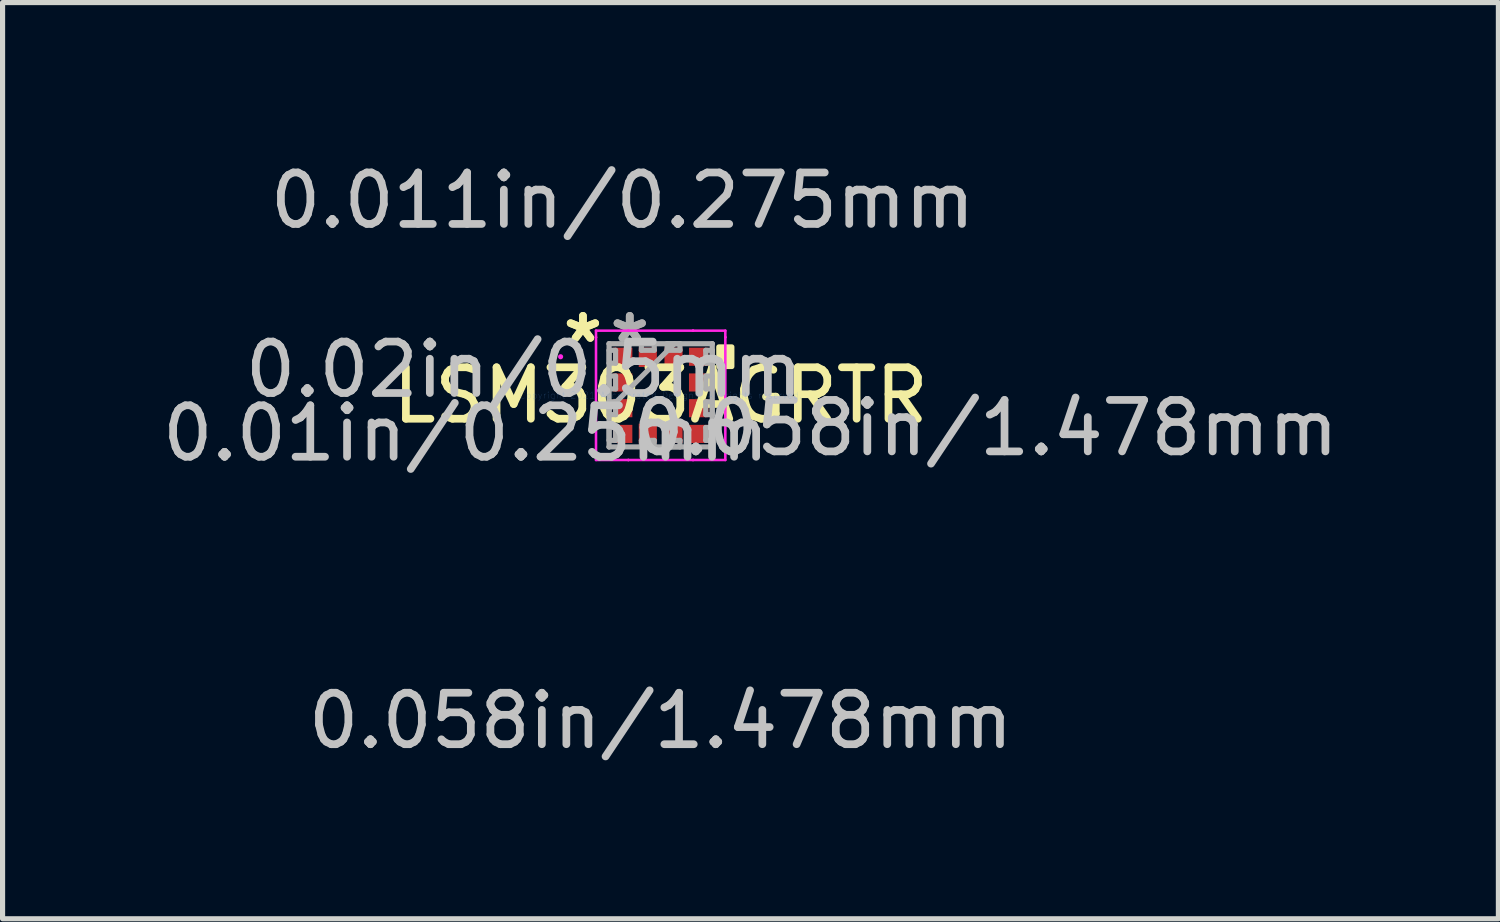
<source format=kicad_pcb>
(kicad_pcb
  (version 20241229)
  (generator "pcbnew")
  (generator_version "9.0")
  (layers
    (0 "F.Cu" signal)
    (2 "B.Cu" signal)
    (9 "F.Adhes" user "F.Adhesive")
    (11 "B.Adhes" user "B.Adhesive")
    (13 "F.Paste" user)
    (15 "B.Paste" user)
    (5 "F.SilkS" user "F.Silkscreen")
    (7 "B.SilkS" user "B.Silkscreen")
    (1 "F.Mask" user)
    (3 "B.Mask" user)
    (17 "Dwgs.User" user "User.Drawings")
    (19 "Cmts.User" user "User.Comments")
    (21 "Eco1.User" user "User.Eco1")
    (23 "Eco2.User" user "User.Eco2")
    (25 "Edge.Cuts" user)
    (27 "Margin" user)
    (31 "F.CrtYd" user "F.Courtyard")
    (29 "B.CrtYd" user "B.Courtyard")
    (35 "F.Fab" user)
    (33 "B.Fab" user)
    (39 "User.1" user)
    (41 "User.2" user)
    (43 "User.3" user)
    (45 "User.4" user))
  (footprint "LSM303AGRTR"
    (layer "F.Cu")
    (at 9.793 4.635)
    (property "Reference" "LSM303AGRTR" (at 0 0 0) (layer "F.SilkS") (effects (font (size 1 1) (thickness 0.15))))
    (attr through_hole)
    (fp_poly (pts (xy 1.384 -0.941) (xy 1.384 -0.56) (xy 1.13 -0.56) (xy 1.13 -0.941)) (stroke (width 0.1) (type solid)) (fill yes) (layer "F.SilkS"))
    (fp_line (start -1.257 -1.257) (end -0.629 -1.257) (stroke (width 0.05) (type solid)) (layer "F.CrtYd"))
    (fp_line (start -1.257 -1.129) (end -1.257 -1.257) (stroke (width 0.05) (type solid)) (layer "F.CrtYd"))
    (fp_line (start -1.257 -1.129) (end -1.257 -1.129) (stroke (width 0.05) (type solid)) (layer "F.CrtYd"))
    (fp_line (start -1.257 1.129) (end -1.257 -1.129) (stroke (width 0.05) (type solid)) (layer "F.CrtYd"))
    (fp_line (start -1.257 1.129) (end -1.257 1.129) (stroke (width 0.05) (type solid)) (layer "F.CrtYd"))
    (fp_line (start -1.257 1.257) (end -1.257 1.129) (stroke (width 0.05) (type solid)) (layer "F.CrtYd"))
    (fp_line (start -0.629 -1.257) (end -0.629 -1.257) (stroke (width 0.05) (type solid)) (layer "F.CrtYd"))
    (fp_line (start -0.629 -1.257) (end 0.629 -1.257) (stroke (width 0.05) (type solid)) (layer "F.CrtYd"))
    (fp_line (start -0.629 1.257) (end -1.257 1.257) (stroke (width 0.05) (type solid)) (layer "F.CrtYd"))
    (fp_line (start -0.629 1.257) (end -0.629 1.257) (stroke (width 0.05) (type solid)) (layer "F.CrtYd"))
    (fp_line (start 0.629 -1.257) (end 0.629 -1.257) (stroke (width 0.05) (type solid)) (layer "F.CrtYd"))
    (fp_line (start 0.629 -1.257) (end 1.257 -1.257) (stroke (width 0.05) (type solid)) (layer "F.CrtYd"))
    (fp_line (start 0.629 1.257) (end -0.629 1.257) (stroke (width 0.05) (type solid)) (layer "F.CrtYd"))
    (fp_line (start 0.629 1.257) (end 0.629 1.257) (stroke (width 0.05) (type solid)) (layer "F.CrtYd"))
    (fp_line (start 1.257 -1.257) (end 1.257 -1.129) (stroke (width 0.05) (type solid)) (layer "F.CrtYd"))
    (fp_line (start 1.257 -1.129) (end 1.257 -1.129) (stroke (width 0.05) (type solid)) (layer "F.CrtYd"))
    (fp_line (start 1.257 -1.129) (end 1.257 1.129) (stroke (width 0.05) (type solid)) (layer "F.CrtYd"))
    (fp_line (start 1.257 1.129) (end 1.257 1.129) (stroke (width 0.05) (type solid)) (layer "F.CrtYd"))
    (fp_line (start 1.257 1.129) (end 1.257 1.257) (stroke (width 0.05) (type solid)) (layer "F.CrtYd"))
    (fp_line (start 1.257 1.257) (end 0.629 1.257) (stroke (width 0.05) (type solid)) (layer "F.CrtYd"))
    (fp_circle (center -1.945 -0.75) (end -1.945 -0.75) (stroke (width 0.05) (type solid)) (fill no) (layer "F.CrtYd"))
    (fp_line (start -1.003 -1.003) (end -1.003 -1.003) (stroke (width 0.1) (type solid)) (layer "F.Fab"))
    (fp_line (start -1.003 -1.003) (end -1.003 1.003) (stroke (width 0.1) (type solid)) (layer "F.Fab"))
    (fp_line (start -1.003 -0.875) (end -0.876 -0.875) (stroke (width 0.1) (type solid)) (layer "F.Fab"))
    (fp_line (start -1.003 -0.625) (end -1.003 -0.875) (stroke (width 0.1) (type solid)) (layer "F.Fab"))
    (fp_line (start -1.003 -0.375) (end -0.876 -0.375) (stroke (width 0.1) (type solid)) (layer "F.Fab"))
    (fp_line (start -1.003 -0.125) (end -1.003 -0.375) (stroke (width 0.1) (type solid)) (layer "F.Fab"))
    (fp_line (start -1.003 0.125) (end -0.876 0.125) (stroke (width 0.1) (type solid)) (layer "F.Fab"))
    (fp_line (start -1.003 0.267) (end 0.267 -1.003) (stroke (width 0.1) (type solid)) (layer "F.Fab"))
    (fp_line (start -1.003 0.375) (end -1.003 0.125) (stroke (width 0.1) (type solid)) (layer "F.Fab"))
    (fp_line (start -1.003 0.625) (end -0.876 0.625) (stroke (width 0.1) (type solid)) (layer "F.Fab"))
    (fp_line (start -1.003 0.875) (end -1.003 0.625) (stroke (width 0.1) (type solid)) (layer "F.Fab"))
    (fp_line (start -1.003 1.003) (end -1.003 1.003) (stroke (width 0.1) (type solid)) (layer "F.Fab"))
    (fp_line (start -1.003 1.003) (end 1.003 1.003) (stroke (width 0.1) (type solid)) (layer "F.Fab"))
    (fp_line (start -0.876 -0.875) (end -0.876 -0.625) (stroke (width 0.1) (type solid)) (layer "F.Fab"))
    (fp_line (start -0.876 -0.625) (end -1.003 -0.625) (stroke (width 0.1) (type solid)) (layer "F.Fab"))
    (fp_line (start -0.876 -0.375) (end -0.876 -0.125) (stroke (width 0.1) (type solid)) (layer "F.Fab"))
    (fp_line (start -0.876 -0.125) (end -1.003 -0.125) (stroke (width 0.1) (type solid)) (layer "F.Fab"))
    (fp_line (start -0.876 0.125) (end -0.876 0.375) (stroke (width 0.1) (type solid)) (layer "F.Fab"))
    (fp_line (start -0.876 0.375) (end -1.003 0.375) (stroke (width 0.1) (type solid)) (layer "F.Fab"))
    (fp_line (start -0.876 0.625) (end -0.876 0.875) (stroke (width 0.1) (type solid)) (layer "F.Fab"))
    (fp_line (start -0.876 0.875) (end -1.003 0.875) (stroke (width 0.1) (type solid)) (layer "F.Fab"))
    (fp_line (start -0.375 -1.003) (end -0.125 -1.003) (stroke (width 0.1) (type solid)) (layer "F.Fab"))
    (fp_line (start -0.375 -0.876) (end -0.375 -1.003) (stroke (width 0.1) (type solid)) (layer "F.Fab"))
    (fp_line (start -0.375 0.876) (end -0.125 0.876) (stroke (width 0.1) (type solid)) (layer "F.Fab"))
    (fp_line (start -0.375 1.003) (end -0.375 0.876) (stroke (width 0.1) (type solid)) (layer "F.Fab"))
    (fp_line (start -0.125 -1.003) (end -0.125 -0.876) (stroke (width 0.1) (type solid)) (layer "F.Fab"))
    (fp_line (start -0.125 -0.876) (end -0.375 -0.876) (stroke (width 0.1) (type solid)) (layer "F.Fab"))
    (fp_line (start -0.125 0.876) (end -0.125 1.003) (stroke (width 0.1) (type solid)) (layer "F.Fab"))
    (fp_line (start -0.125 1.003) (end -0.375 1.003) (stroke (width 0.1) (type solid)) (layer "F.Fab"))
    (fp_line (start 0.125 -1.003) (end 0.375 -1.003) (stroke (width 0.1) (type solid)) (layer "F.Fab"))
    (fp_line (start 0.125 -0.876) (end 0.125 -1.003) (stroke (width 0.1) (type solid)) (layer "F.Fab"))
    (fp_line (start 0.125 0.876) (end 0.375 0.876) (stroke (width 0.1) (type solid)) (layer "F.Fab"))
    (fp_line (start 0.125 1.003) (end 0.125 0.876) (stroke (width 0.1) (type solid)) (layer "F.Fab"))
    (fp_line (start 0.375 -1.003) (end 0.375 -0.876) (stroke (width 0.1) (type solid)) (layer "F.Fab"))
    (fp_line (start 0.375 -0.876) (end 0.125 -0.876) (stroke (width 0.1) (type solid)) (layer "F.Fab"))
    (fp_line (start 0.375 0.876) (end 0.375 1.003) (stroke (width 0.1) (type solid)) (layer "F.Fab"))
    (fp_line (start 0.375 1.003) (end 0.125 1.003) (stroke (width 0.1) (type solid)) (layer "F.Fab"))
    (fp_line (start 0.876 -0.875) (end 1.003 -0.875) (stroke (width 0.1) (type solid)) (layer "F.Fab"))
    (fp_line (start 0.876 -0.625) (end 0.876 -0.875) (stroke (width 0.1) (type solid)) (layer "F.Fab"))
    (fp_line (start 0.876 -0.375) (end 1.003 -0.375) (stroke (width 0.1) (type solid)) (layer "F.Fab"))
    (fp_line (start 0.876 -0.125) (end 0.876 -0.375) (stroke (width 0.1) (type solid)) (layer "F.Fab"))
    (fp_line (start 0.876 0.125) (end 1.003 0.125) (stroke (width 0.1) (type solid)) (layer "F.Fab"))
    (fp_line (start 0.876 0.375) (end 0.876 0.125) (stroke (width 0.1) (type solid)) (layer "F.Fab"))
    (fp_line (start 0.876 0.625) (end 1.003 0.625) (stroke (width 0.1) (type solid)) (layer "F.Fab"))
    (fp_line (start 0.876 0.875) (end 0.876 0.625) (stroke (width 0.1) (type solid)) (layer "F.Fab"))
    (fp_line (start 1.003 -1.003) (end -1.003 -1.003) (stroke (width 0.1) (type solid)) (layer "F.Fab"))
    (fp_line (start 1.003 -1.003) (end 1.003 -1.003) (stroke (width 0.1) (type solid)) (layer "F.Fab"))
    (fp_line (start 1.003 -0.875) (end 1.003 -0.625) (stroke (width 0.1) (type solid)) (layer "F.Fab"))
    (fp_line (start 1.003 -0.625) (end 0.876 -0.625) (stroke (width 0.1) (type solid)) (layer "F.Fab"))
    (fp_line (start 1.003 -0.375) (end 1.003 -0.125) (stroke (width 0.1) (type solid)) (layer "F.Fab"))
    (fp_line (start 1.003 -0.125) (end 0.876 -0.125) (stroke (width 0.1) (type solid)) (layer "F.Fab"))
    (fp_line (start 1.003 0.125) (end 1.003 0.375) (stroke (width 0.1) (type solid)) (layer "F.Fab"))
    (fp_line (start 1.003 0.375) (end 0.876 0.375) (stroke (width 0.1) (type solid)) (layer "F.Fab"))
    (fp_line (start 1.003 0.625) (end 1.003 0.875) (stroke (width 0.1) (type solid)) (layer "F.Fab"))
    (fp_line (start 1.003 0.875) (end 0.876 0.875) (stroke (width 0.1) (type solid)) (layer "F.Fab"))
    (fp_line (start 1.003 1.003) (end 1.003 -1.003) (stroke (width 0.1) (type solid)) (layer "F.Fab"))
    (fp_line (start 1.003 1.003) (end 1.003 1.003) (stroke (width 0.1) (type solid)) (layer "F.Fab"))
    (fp_text user "*" (at -1.511 -1 0) (layer "F.SilkS") (effects (font (size 1 1) (thickness 0.15))))
    (fp_text user "*" (at -1.511 -1 0) (layer "F.SilkS") (effects (font (size 1 1) (thickness 0.15))))
    (fp_text user "0.01in/0.25mm" (at -3.787 0.739 0) (layer "Dwgs.User") (effects (font (size 1 1) (thickness 0.15))))
    (fp_text user "0.058in/1.478mm" (at 0 6.327 0) (layer "Dwgs.User") (effects (font (size 1 1) (thickness 0.15))))
    (fp_text user "0.02in/0.5mm" (at -2.654 -0.5 0) (layer "Dwgs.User") (effects (font (size 1 1) (thickness 0.15))))
    (fp_text user "0.058in/1.478mm" (at 6.327 0.635 0) (layer "Dwgs.User") (effects (font (size 1 1) (thickness 0.15))))
    (fp_text user "0.011in/0.275mm" (at -0.739 -3.787 0) (layer "Dwgs.User") (effects (font (size 1 1) (thickness 0.15))))
    (fp_text user "Copyright 2021 Accelerated Designs. All rights reserved." (at 0 0 0) (layer "Cmts.User") (effects (font (size 0.127 0.127) (thickness 0.002))))
    (fp_text user "*" (at -0.601 -1 0) (layer "F.Fab") (effects (font (size 1 1) (thickness 0.15))))
    (fp_text user "*" (at -0.601 -1 0) (layer "F.Fab") (effects (font (size 1 1) (thickness 0.15))))
    (pad "1" smd rect (at -0.739 -0.75 90) (size 0.352 0.377) (layers "F.Cu" "F.Mask" "F.Paste"))
    (pad "2" smd rect (at -0.739 -0.25 90) (size 0.352 0.377) (layers "F.Cu" "F.Mask" "F.Paste"))
    (pad "3" smd rect (at -0.739 0.25 90) (size 0.352 0.377) (layers "F.Cu" "F.Mask" "F.Paste"))
    (pad "4" smd rect (at -0.739 0.75 90) (size 0.352 0.377) (layers "F.Cu" "F.Mask" "F.Paste"))
    (pad "5" smd rect (at -0.25 0.739) (size 0.352 0.377) (layers "F.Cu" "F.Mask" "F.Paste"))
    (pad "6" smd rect (at 0.25 0.739) (size 0.352 0.377) (layers "F.Cu" "F.Mask" "F.Paste"))
    (pad "7" smd rect (at 0.739 0.75 90) (size 0.352 0.377) (layers "F.Cu" "F.Mask" "F.Paste"))
    (pad "8" smd rect (at 0.739 0.25 90) (size 0.352 0.377) (layers "F.Cu" "F.Mask" "F.Paste"))
    (pad "9" smd rect (at 0.739 -0.25 90) (size 0.352 0.377) (layers "F.Cu" "F.Mask" "F.Paste"))
    (pad "10" smd rect (at 0.739 -0.75 90) (size 0.352 0.377) (layers "F.Cu" "F.Mask" "F.Paste"))
    (pad "11" smd rect (at 0.25 -0.739) (size 0.352 0.377) (layers "F.Cu" "F.Mask" "F.Paste"))
    (pad "12" smd rect (at -0.25 -0.739) (size 0.352 0.377) (layers "F.Cu" "F.Mask" "F.Paste")))
  (gr_rect
    (start -3 -3)
    (end 26.078 14.81)
    (stroke (width 0.1) (type default))
    (fill no)
    (layer "Edge.Cuts")))
</source>
